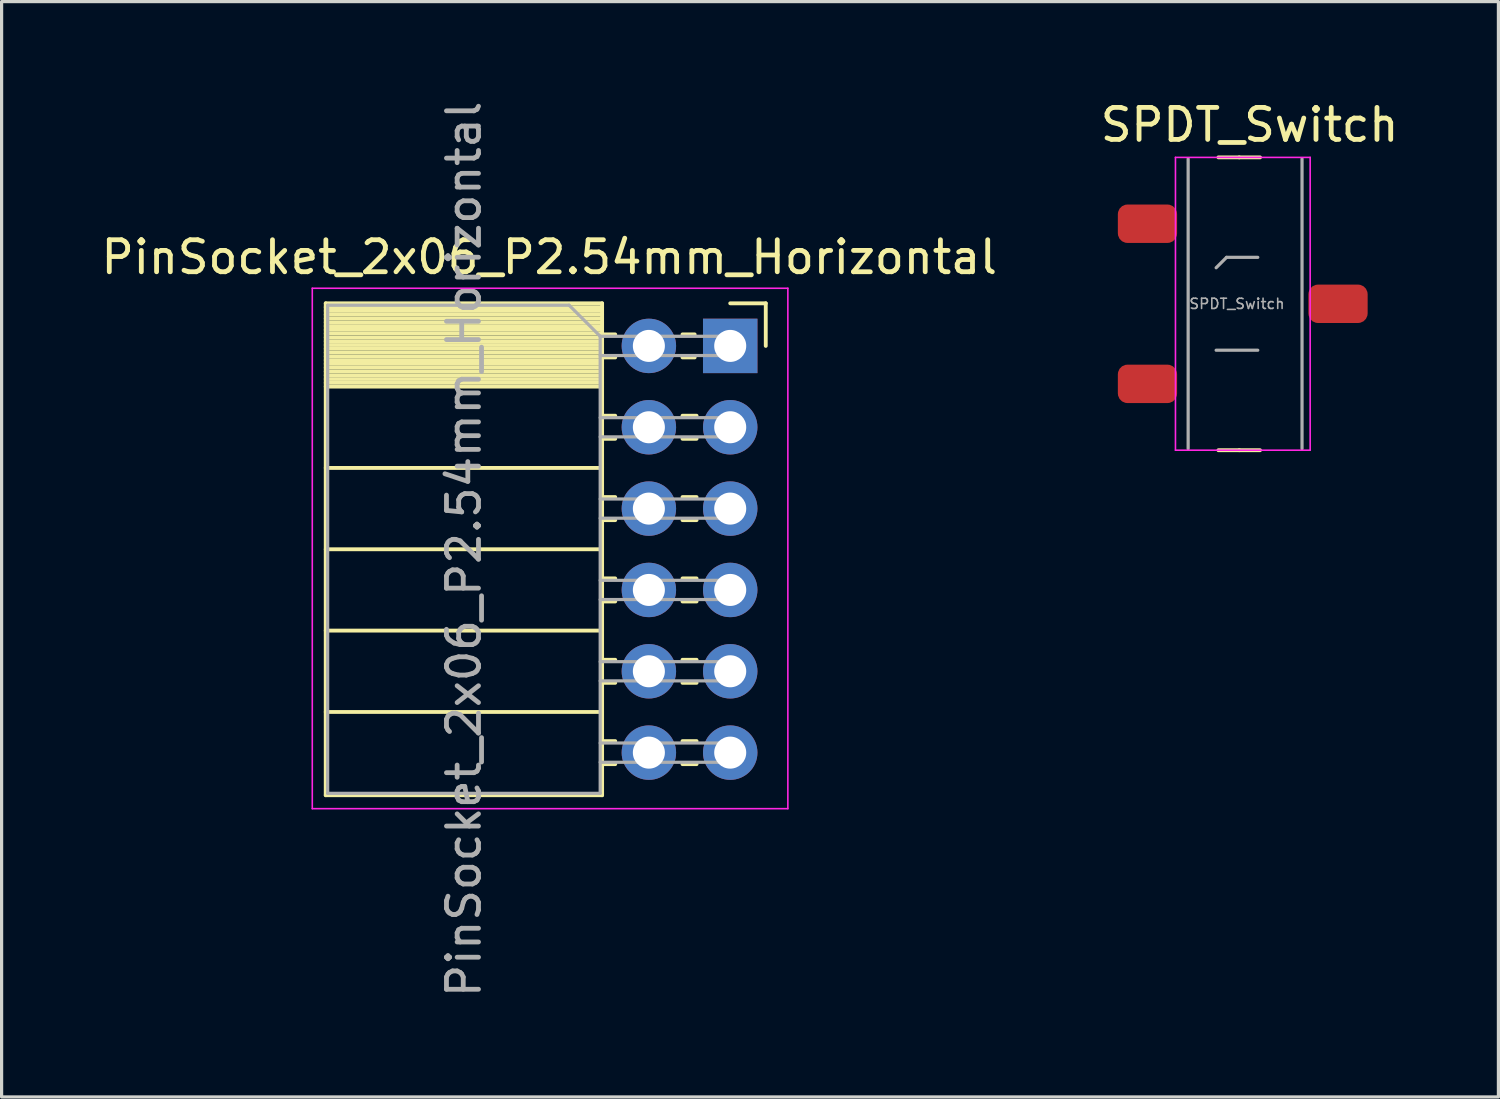
<source format=kicad_pcb>
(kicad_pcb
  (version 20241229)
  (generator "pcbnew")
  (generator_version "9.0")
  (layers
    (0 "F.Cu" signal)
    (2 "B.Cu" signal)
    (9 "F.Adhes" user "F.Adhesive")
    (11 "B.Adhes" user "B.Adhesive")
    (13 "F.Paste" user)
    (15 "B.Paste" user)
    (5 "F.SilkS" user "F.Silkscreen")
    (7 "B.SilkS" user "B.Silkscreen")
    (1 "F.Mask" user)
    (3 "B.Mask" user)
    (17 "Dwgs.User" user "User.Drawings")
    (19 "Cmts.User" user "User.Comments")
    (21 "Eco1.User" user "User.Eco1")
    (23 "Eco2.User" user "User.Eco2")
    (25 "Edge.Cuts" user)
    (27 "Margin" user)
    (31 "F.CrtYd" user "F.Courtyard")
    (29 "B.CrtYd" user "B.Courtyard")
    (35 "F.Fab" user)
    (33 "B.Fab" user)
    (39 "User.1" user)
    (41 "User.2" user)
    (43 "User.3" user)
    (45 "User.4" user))
  (footprint "PinSocket_2x06_P2.54mm_Horizontal"
    (layer "F.Cu")
    (at 19.751 7.751)
    (property "Reference" "PinSocket_2x06_P2.54mm_Horizontal" (at -5.65 -2.77 180) (layer "F.SilkS") (effects (font (size 1 1) (thickness 0.15))))
    (attr through_hole)
    (fp_line (start -12.63 -1.33) (end -12.63 14.03) (stroke (width 0.12) (type solid)) (layer "F.SilkS"))
    (fp_line (start -12.63 -1.33) (end -4 -1.33) (stroke (width 0.12) (type solid)) (layer "F.SilkS"))
    (fp_line (start -12.63 -1.21) (end -4 -1.21) (stroke (width 0.12) (type solid)) (layer "F.SilkS"))
    (fp_line (start -12.63 -1.092) (end -4 -1.092) (stroke (width 0.12) (type solid)) (layer "F.SilkS"))
    (fp_line (start -12.63 -0.974) (end -4 -0.974) (stroke (width 0.12) (type solid)) (layer "F.SilkS"))
    (fp_line (start -12.63 -0.856) (end -4 -0.856) (stroke (width 0.12) (type solid)) (layer "F.SilkS"))
    (fp_line (start -12.63 -0.738) (end -4 -0.738) (stroke (width 0.12) (type solid)) (layer "F.SilkS"))
    (fp_line (start -12.63 -0.62) (end -4 -0.62) (stroke (width 0.12) (type solid)) (layer "F.SilkS"))
    (fp_line (start -12.63 -0.501) (end -4 -0.501) (stroke (width 0.12) (type solid)) (layer "F.SilkS"))
    (fp_line (start -12.63 -0.383) (end -4 -0.383) (stroke (width 0.12) (type solid)) (layer "F.SilkS"))
    (fp_line (start -12.63 -0.265) (end -4 -0.265) (stroke (width 0.12) (type solid)) (layer "F.SilkS"))
    (fp_line (start -12.63 -0.147) (end -4 -0.147) (stroke (width 0.12) (type solid)) (layer "F.SilkS"))
    (fp_line (start -12.63 -0.029) (end -4 -0.029) (stroke (width 0.12) (type solid)) (layer "F.SilkS"))
    (fp_line (start -12.63 0.089) (end -4 0.089) (stroke (width 0.12) (type solid)) (layer "F.SilkS"))
    (fp_line (start -12.63 0.207) (end -4 0.207) (stroke (width 0.12) (type solid)) (layer "F.SilkS"))
    (fp_line (start -12.63 0.325) (end -4 0.325) (stroke (width 0.12) (type solid)) (layer "F.SilkS"))
    (fp_line (start -12.63 0.443) (end -4 0.443) (stroke (width 0.12) (type solid)) (layer "F.SilkS"))
    (fp_line (start -12.63 0.561) (end -4 0.561) (stroke (width 0.12) (type solid)) (layer "F.SilkS"))
    (fp_line (start -12.63 0.68) (end -4 0.68) (stroke (width 0.12) (type solid)) (layer "F.SilkS"))
    (fp_line (start -12.63 0.798) (end -4 0.798) (stroke (width 0.12) (type solid)) (layer "F.SilkS"))
    (fp_line (start -12.63 0.916) (end -4 0.916) (stroke (width 0.12) (type solid)) (layer "F.SilkS"))
    (fp_line (start -12.63 1.034) (end -4 1.034) (stroke (width 0.12) (type solid)) (layer "F.SilkS"))
    (fp_line (start -12.63 1.152) (end -4 1.152) (stroke (width 0.12) (type solid)) (layer "F.SilkS"))
    (fp_line (start -12.63 1.27) (end -4 1.27) (stroke (width 0.12) (type solid)) (layer "F.SilkS"))
    (fp_line (start -12.63 3.81) (end -4 3.81) (stroke (width 0.12) (type solid)) (layer "F.SilkS"))
    (fp_line (start -12.63 6.35) (end -4 6.35) (stroke (width 0.12) (type solid)) (layer "F.SilkS"))
    (fp_line (start -12.63 8.89) (end -4 8.89) (stroke (width 0.12) (type solid)) (layer "F.SilkS"))
    (fp_line (start -12.63 11.43) (end -4 11.43) (stroke (width 0.12) (type solid)) (layer "F.SilkS"))
    (fp_line (start -12.63 14.03) (end -4 14.03) (stroke (width 0.12) (type solid)) (layer "F.SilkS"))
    (fp_line (start -4 -1.33) (end -4 14.03) (stroke (width 0.12) (type solid)) (layer "F.SilkS"))
    (fp_line (start -4 -0.36) (end -3.59 -0.36) (stroke (width 0.12) (type solid)) (layer "F.SilkS"))
    (fp_line (start -4 0.36) (end -3.59 0.36) (stroke (width 0.12) (type solid)) (layer "F.SilkS"))
    (fp_line (start -4 2.18) (end -3.59 2.18) (stroke (width 0.12) (type solid)) (layer "F.SilkS"))
    (fp_line (start -4 2.9) (end -3.59 2.9) (stroke (width 0.12) (type solid)) (layer "F.SilkS"))
    (fp_line (start -4 4.72) (end -3.59 4.72) (stroke (width 0.12) (type solid)) (layer "F.SilkS"))
    (fp_line (start -4 5.44) (end -3.59 5.44) (stroke (width 0.12) (type solid)) (layer "F.SilkS"))
    (fp_line (start -4 7.26) (end -3.59 7.26) (stroke (width 0.12) (type solid)) (layer "F.SilkS"))
    (fp_line (start -4 7.98) (end -3.59 7.98) (stroke (width 0.12) (type solid)) (layer "F.SilkS"))
    (fp_line (start -4 9.8) (end -3.59 9.8) (stroke (width 0.12) (type solid)) (layer "F.SilkS"))
    (fp_line (start -4 10.52) (end -3.59 10.52) (stroke (width 0.12) (type solid)) (layer "F.SilkS"))
    (fp_line (start -4 12.34) (end -3.59 12.34) (stroke (width 0.12) (type solid)) (layer "F.SilkS"))
    (fp_line (start -4 13.06) (end -3.59 13.06) (stroke (width 0.12) (type solid)) (layer "F.SilkS"))
    (fp_line (start -1.49 -0.36) (end -1.11 -0.36) (stroke (width 0.12) (type solid)) (layer "F.SilkS"))
    (fp_line (start -1.49 0.36) (end -1.11 0.36) (stroke (width 0.12) (type solid)) (layer "F.SilkS"))
    (fp_line (start -1.49 2.18) (end -1.05 2.18) (stroke (width 0.12) (type solid)) (layer "F.SilkS"))
    (fp_line (start -1.49 2.9) (end -1.05 2.9) (stroke (width 0.12) (type solid)) (layer "F.SilkS"))
    (fp_line (start -1.49 4.72) (end -1.05 4.72) (stroke (width 0.12) (type solid)) (layer "F.SilkS"))
    (fp_line (start -1.49 5.44) (end -1.05 5.44) (stroke (width 0.12) (type solid)) (layer "F.SilkS"))
    (fp_line (start -1.49 7.26) (end -1.05 7.26) (stroke (width 0.12) (type solid)) (layer "F.SilkS"))
    (fp_line (start -1.49 7.98) (end -1.05 7.98) (stroke (width 0.12) (type solid)) (layer "F.SilkS"))
    (fp_line (start -1.49 9.8) (end -1.05 9.8) (stroke (width 0.12) (type solid)) (layer "F.SilkS"))
    (fp_line (start -1.49 10.52) (end -1.05 10.52) (stroke (width 0.12) (type solid)) (layer "F.SilkS"))
    (fp_line (start -1.49 12.34) (end -1.05 12.34) (stroke (width 0.12) (type solid)) (layer "F.SilkS"))
    (fp_line (start -1.49 13.06) (end -1.05 13.06) (stroke (width 0.12) (type solid)) (layer "F.SilkS"))
    (fp_line (start 0 -1.33) (end 1.11 -1.33) (stroke (width 0.12) (type solid)) (layer "F.SilkS"))
    (fp_line (start 1.11 -1.33) (end 1.11 0) (stroke (width 0.12) (type solid)) (layer "F.SilkS"))
    (fp_line (start -13.05 -1.8) (end -13.05 14.45) (stroke (width 0.05) (type solid)) (layer "F.CrtYd"))
    (fp_line (start -13.05 14.45) (end 1.8 14.45) (stroke (width 0.05) (type solid)) (layer "F.CrtYd"))
    (fp_line (start 1.8 -1.8) (end -13.05 -1.8) (stroke (width 0.05) (type solid)) (layer "F.CrtYd"))
    (fp_line (start 1.8 14.45) (end 1.8 -1.8) (stroke (width 0.05) (type solid)) (layer "F.CrtYd"))
    (fp_line (start -12.57 -1.27) (end -5.03 -1.27) (stroke (width 0.1) (type solid)) (layer "F.Fab"))
    (fp_line (start -12.57 13.97) (end -12.57 -1.27) (stroke (width 0.1) (type solid)) (layer "F.Fab"))
    (fp_line (start -5.03 -1.27) (end -4.06 -0.3) (stroke (width 0.1) (type solid)) (layer "F.Fab"))
    (fp_line (start -4.06 -0.3) (end -4.06 13.97) (stroke (width 0.1) (type solid)) (layer "F.Fab"))
    (fp_line (start -4.06 0.3) (end 0 0.3) (stroke (width 0.1) (type solid)) (layer "F.Fab"))
    (fp_line (start -4.06 2.84) (end 0 2.84) (stroke (width 0.1) (type solid)) (layer "F.Fab"))
    (fp_line (start -4.06 5.38) (end 0 5.38) (stroke (width 0.1) (type solid)) (layer "F.Fab"))
    (fp_line (start -4.06 7.92) (end 0 7.92) (stroke (width 0.1) (type solid)) (layer "F.Fab"))
    (fp_line (start -4.06 10.46) (end 0 10.46) (stroke (width 0.1) (type solid)) (layer "F.Fab"))
    (fp_line (start -4.06 13) (end 0 13) (stroke (width 0.1) (type solid)) (layer "F.Fab"))
    (fp_line (start -4.06 13.97) (end -12.57 13.97) (stroke (width 0.1) (type solid)) (layer "F.Fab"))
    (fp_line (start 0 -0.3) (end -4.06 -0.3) (stroke (width 0.1) (type solid)) (layer "F.Fab"))
    (fp_line (start 0 0.3) (end 0 -0.3) (stroke (width 0.1) (type solid)) (layer "F.Fab"))
    (fp_line (start 0 2.24) (end -4.06 2.24) (stroke (width 0.1) (type solid)) (layer "F.Fab"))
    (fp_line (start 0 2.84) (end 0 2.24) (stroke (width 0.1) (type solid)) (layer "F.Fab"))
    (fp_line (start 0 4.78) (end -4.06 4.78) (stroke (width 0.1) (type solid)) (layer "F.Fab"))
    (fp_line (start 0 5.38) (end 0 4.78) (stroke (width 0.1) (type solid)) (layer "F.Fab"))
    (fp_line (start 0 7.32) (end -4.06 7.32) (stroke (width 0.1) (type solid)) (layer "F.Fab"))
    (fp_line (start 0 7.92) (end 0 7.32) (stroke (width 0.1) (type solid)) (layer "F.Fab"))
    (fp_line (start 0 9.86) (end -4.06 9.86) (stroke (width 0.1) (type solid)) (layer "F.Fab"))
    (fp_line (start 0 10.46) (end 0 9.86) (stroke (width 0.1) (type solid)) (layer "F.Fab"))
    (fp_line (start 0 12.4) (end -4.06 12.4) (stroke (width 0.1) (type solid)) (layer "F.Fab"))
    (fp_line (start 0 13) (end 0 12.4) (stroke (width 0.1) (type solid)) (layer "F.Fab"))
    (fp_text user "${REFERENCE}" (at -8.315 6.35 90) (layer "F.Fab") (effects (font (size 1 1) (thickness 0.15))))
    (pad "1" thru_hole oval (at 0 12.7) (size 1.7 1.7) (drill 1) (layers "*.Cu" "*.Mask"))
    (pad "2" thru_hole oval (at 0 10.16) (size 1.7 1.7) (drill 1) (layers "*.Cu" "*.Mask"))
    (pad "3" thru_hole oval (at 0 7.62) (size 1.7 1.7) (drill 1) (layers "*.Cu" "*.Mask"))
    (pad "4" thru_hole oval (at 0 5.08) (size 1.7 1.7) (drill 1) (layers "*.Cu" "*.Mask"))
    (pad "5" thru_hole oval (at 0 2.54) (size 1.7 1.7) (drill 1) (layers "*.Cu" "*.Mask"))
    (pad "6" thru_hole rect (at 0 0) (size 1.7 1.7) (drill 1) (layers "*.Cu" "*.Mask"))
    (pad "7" thru_hole oval (at -2.54 12.7) (size 1.7 1.7) (drill 1) (layers "*.Cu" "*.Mask"))
    (pad "8" thru_hole oval (at -2.54 10.16) (size 1.7 1.7) (drill 1) (layers "*.Cu" "*.Mask"))
    (pad "9" thru_hole oval (at -2.54 7.62) (size 1.7 1.7) (drill 1) (layers "*.Cu" "*.Mask"))
    (pad "10" thru_hole oval (at -2.54 5.08) (size 1.7 1.7) (drill 1) (layers "*.Cu" "*.Mask"))
    (pad "11" thru_hole oval (at -2.54 2.54) (size 1.7 1.7) (drill 1) (layers "*.Cu" "*.Mask"))
    (pad "12" thru_hole oval (at -2.54 0) (size 1.7 1.7) (drill 1) (layers "*.Cu" "*.Mask")))
  (footprint "SPDT_Switch"
    (layer "F.Cu")
    (at 35.716 6.436)
    (property "Reference" "SPDT_Switch" (at 0.254 -5.588 0) (layer "F.SilkS") (effects (font (size 1 1) (thickness 0.15))))
    (attr smd)
    (fp_line (start -0.071 -4.572) (end -0.721 -4.572) (stroke (width 0.12) (type solid)) (layer "F.SilkS"))
    (fp_line (start -0.071 -4.572) (end 0.579 -4.572) (stroke (width 0.12) (type solid)) (layer "F.SilkS"))
    (fp_line (start -0.071 4.572) (end -0.721 4.572) (stroke (width 0.12) (type solid)) (layer "F.SilkS"))
    (fp_line (start -0.071 4.572) (end 0.579 4.572) (stroke (width 0.12) (type solid)) (layer "F.SilkS"))
    (fp_line (start -2.062 -4.572) (end -2.062 4.572) (stroke (width 0.05) (type solid)) (layer "F.CrtYd"))
    (fp_line (start -2.062 4.572) (end 2.144 4.572) (stroke (width 0.05) (type solid)) (layer "F.CrtYd"))
    (fp_line (start 2.144 -4.572) (end -2.062 -4.572) (stroke (width 0.05) (type solid)) (layer "F.CrtYd"))
    (fp_line (start 2.144 4.572) (end 2.144 -4.572) (stroke (width 0.05) (type solid)) (layer "F.CrtYd"))
    (fp_line (start -1.666 4.525) (end -1.666 -4.525) (stroke (width 0.1) (type solid)) (layer "F.Fab"))
    (fp_line (start -0.792 -1.125) (end -0.467 -1.45) (stroke (width 0.1) (type solid)) (layer "F.Fab"))
    (fp_line (start -0.467 -1.45) (end 0.508 -1.45) (stroke (width 0.1) (type solid)) (layer "F.Fab"))
    (fp_line (start 0.508 1.45) (end -0.792 1.45) (stroke (width 0.1) (type solid)) (layer "F.Fab"))
    (fp_line (start 1.89 -4.525) (end 1.89 4.525) (stroke (width 0.1) (type solid)) (layer "F.Fab"))
    (fp_text user "${REFERENCE}" (at -0.142 0 0) (layer "F.Fab") (effects (font (size 0.32 0.32) (thickness 0.05))))
    (pad "1" smd roundrect (at -2.936 -2.5) (size 1.85 1.2) (layers "F.Cu" "F.Mask" "F.Paste") (roundrect_rratio 0.25))
    (pad "2" smd roundrect (at -2.936 2.5) (size 1.85 1.2) (layers "F.Cu" "F.Mask" "F.Paste") (roundrect_rratio 0.25))
    (pad "3" smd roundrect (at 3.014 0) (size 1.85 1.2) (layers "F.Cu" "F.Mask" "F.Paste") (roundrect_rratio 0.25)))
  (gr_rect
    (start -3 -3)
    (end 43.738 31.202)
    (stroke (width 0.1) (type default))
    (fill no)
    (layer "Edge.Cuts")))
</source>
